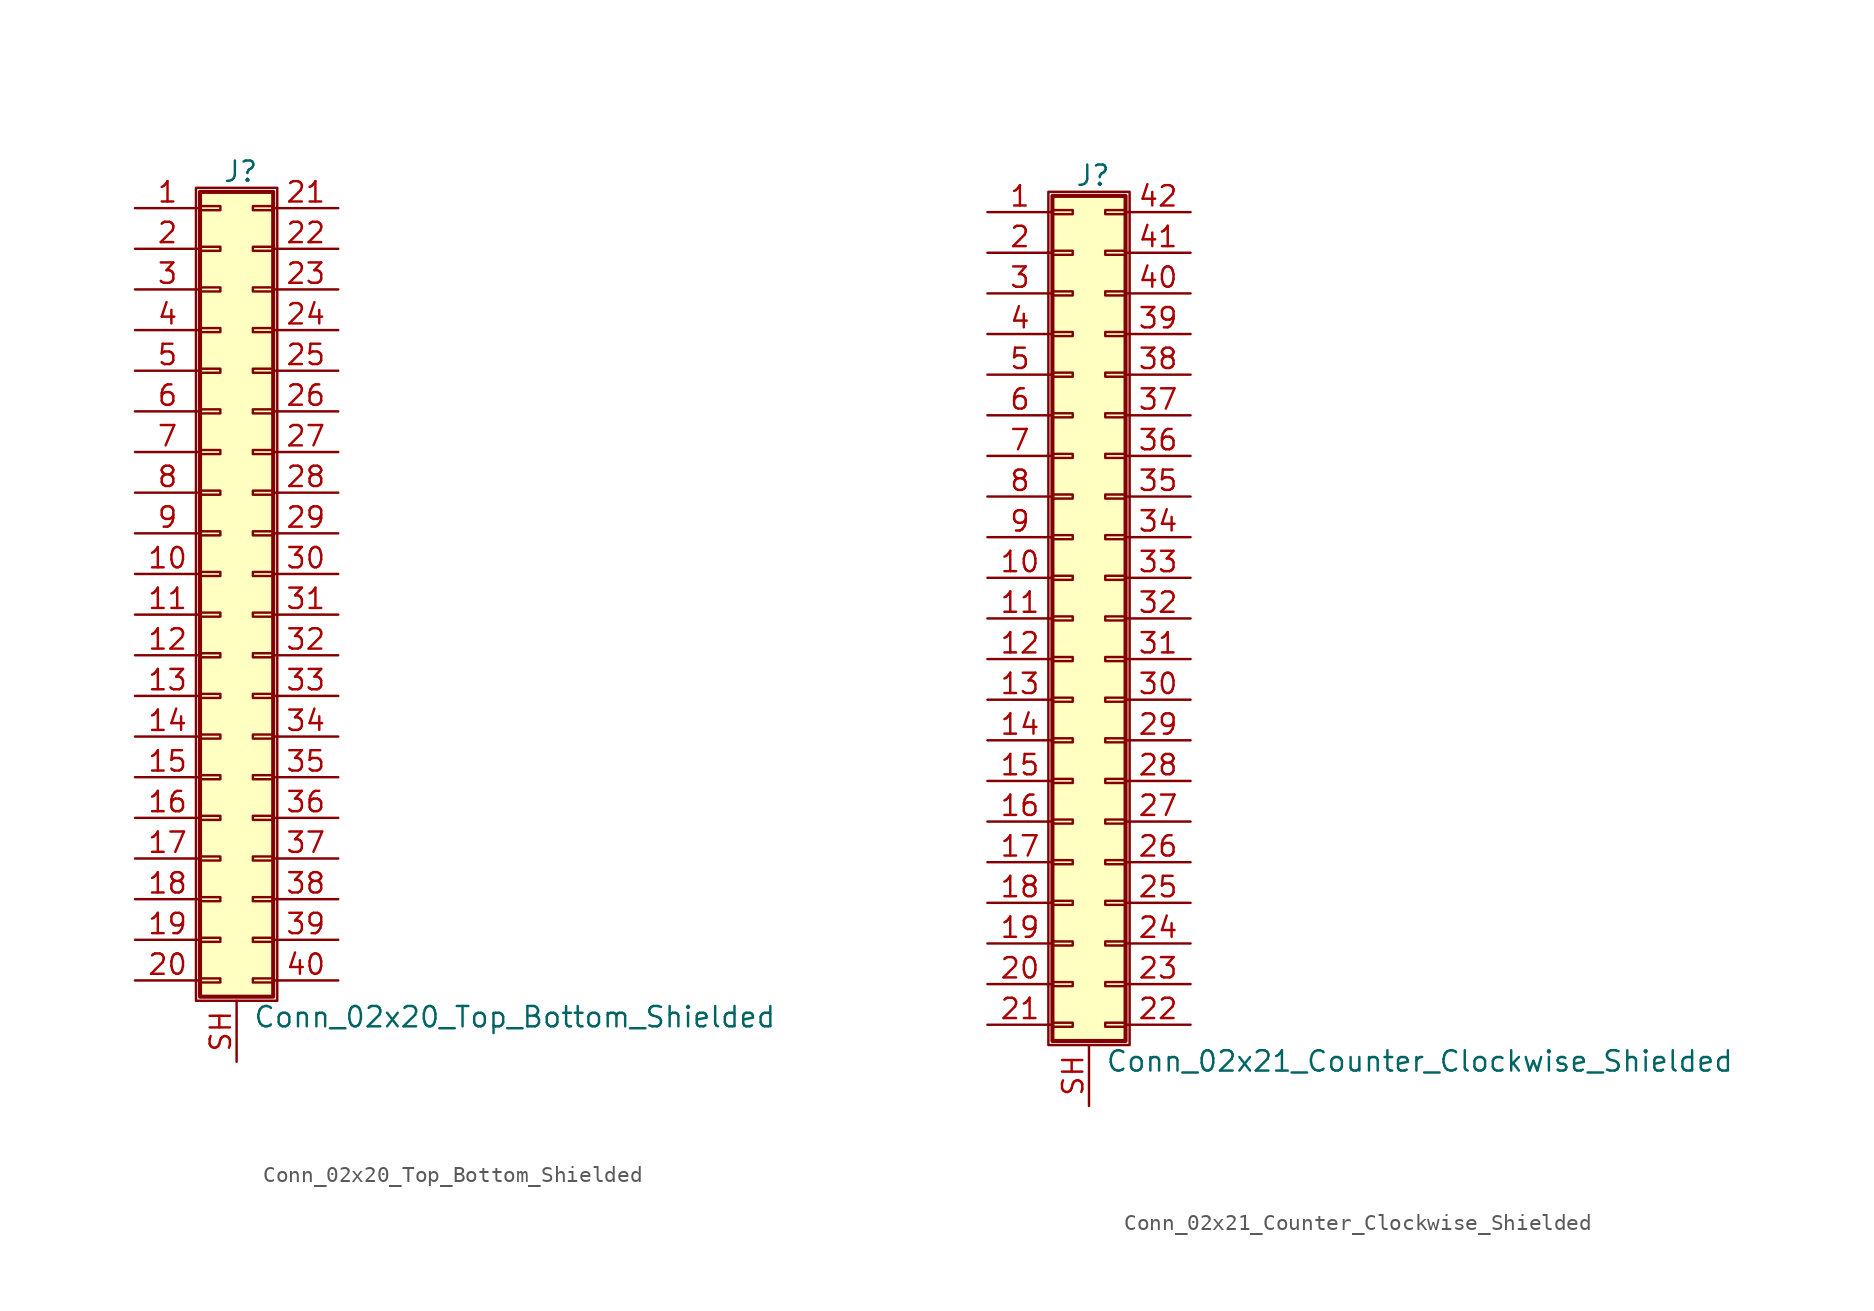
<source format=kicad_sym>
(kicad_symbol_lib
  (version 20201005)
  (generator kicad_symbol_editor)
  (symbol "Connector_Generic_Shielded:Conn_02x20_Top_Bottom_Shielded"
    (pin_names
      (offset 1.016) hide)
    (property "Reference" "J"
      (at 1.524 25.146 0)
      (effects (font (size 1.27 1.27))))
    (property "Value" "Conn_02x20_Top_Bottom_Shielded"
      (at 2.286 -27.686 0)
      (effects (font (size 1.27 1.27)) (justify left)))
    (symbol "Conn_02x20_Top_Bottom_Shielded_1_1"
      (rectangle (start -1.016 -4.953) (end 0.254 -5.207) (stroke (width 0.152)) (fill (type none)))
      (rectangle (start -1.016 -7.493) (end 0.254 -7.747) (stroke (width 0.152)) (fill (type none)))
      (rectangle (start -1.016 -10.033) (end 0.254 -10.287) (stroke (width 0.152)) (fill (type none)))
      (rectangle (start -1.016 -12.573) (end 0.254 -12.827) (stroke (width 0.152)) (fill (type none)))
      (rectangle (start -1.016 -15.113) (end 0.254 -15.367) (stroke (width 0.152)) (fill (type none)))
      (rectangle (start -1.016 -17.653) (end 0.254 -17.907) (stroke (width 0.152)) (fill (type none)))
      (rectangle (start -1.016 -20.193) (end 0.254 -20.447) (stroke (width 0.152)) (fill (type none)))
      (rectangle (start -1.016 -22.733) (end 0.254 -22.987) (stroke (width 0.152)) (fill (type none)))
      (rectangle (start -1.016 -2.413) (end 0.254 -2.667) (stroke (width 0.152)) (fill (type none)))
      (rectangle (start -1.016 -25.273) (end 0.254 -25.527) (stroke (width 0.152)) (fill (type none)))
      (rectangle (start -1.016 2.667) (end 0.254 2.413) (stroke (width 0.152)) (fill (type none)))
      (rectangle (start -1.016 5.207) (end 0.254 4.953) (stroke (width 0.152)) (fill (type none)))
      (rectangle (start -1.016 7.747) (end 0.254 7.493) (stroke (width 0.152)) (fill (type none)))
      (rectangle (start -1.016 10.287) (end 0.254 10.033) (stroke (width 0.152)) (fill (type none)))
      (rectangle (start -1.016 0.127) (end 0.254 -0.127) (stroke (width 0.152)) (fill (type none)))
      (rectangle (start -1.016 12.827) (end 0.254 12.573) (stroke (width 0.152)) (fill (type none)))
      (rectangle (start -1.016 15.367) (end 0.254 15.113) (stroke (width 0.152)) (fill (type none)))
      (rectangle (start -1.016 17.907) (end 0.254 17.653) (stroke (width 0.152)) (fill (type none)))
      (rectangle (start -1.016 20.447) (end 0.254 20.193) (stroke (width 0.152)) (fill (type none)))
      (rectangle (start -1.016 22.987) (end 0.254 22.733) (stroke (width 0.152)) (fill (type none)))
      (rectangle (start -1.016 23.876) (end 3.556 -26.416) (stroke (width 0.254)) (fill (type background)))
      (rectangle (start -1.27 24.13) (end 3.81 -26.67) (stroke (width 0.152)) (fill (type none)))
      (rectangle (start 3.556 -4.953) (end 2.286 -5.207) (stroke (width 0.152)) (fill (type none)))
      (rectangle (start 3.556 -7.493) (end 2.286 -7.747) (stroke (width 0.152)) (fill (type none)))
      (rectangle (start 3.556 -10.033) (end 2.286 -10.287) (stroke (width 0.152)) (fill (type none)))
      (rectangle (start 3.556 -12.573) (end 2.286 -12.827) (stroke (width 0.152)) (fill (type none)))
      (rectangle (start 3.556 -15.113) (end 2.286 -15.367) (stroke (width 0.152)) (fill (type none)))
      (rectangle (start 3.556 -17.653) (end 2.286 -17.907) (stroke (width 0.152)) (fill (type none)))
      (rectangle (start 3.556 -20.193) (end 2.286 -20.447) (stroke (width 0.152)) (fill (type none)))
      (rectangle (start 3.556 -22.733) (end 2.286 -22.987) (stroke (width 0.152)) (fill (type none)))
      (rectangle (start 3.556 -2.413) (end 2.286 -2.667) (stroke (width 0.152)) (fill (type none)))
      (rectangle (start 3.556 -25.273) (end 2.286 -25.527) (stroke (width 0.152)) (fill (type none)))
      (rectangle (start 3.556 2.667) (end 2.286 2.413) (stroke (width 0.152)) (fill (type none)))
      (rectangle (start 3.556 5.207) (end 2.286 4.953) (stroke (width 0.152)) (fill (type none)))
      (rectangle (start 3.556 7.747) (end 2.286 7.493) (stroke (width 0.152)) (fill (type none)))
      (rectangle (start 3.556 10.287) (end 2.286 10.033) (stroke (width 0.152)) (fill (type none)))
      (rectangle (start 3.556 0.127) (end 2.286 -0.127) (stroke (width 0.152)) (fill (type none)))
      (rectangle (start 3.556 12.827) (end 2.286 12.573) (stroke (width 0.152)) (fill (type none)))
      (rectangle (start 3.556 15.367) (end 2.286 15.113) (stroke (width 0.152)) (fill (type none)))
      (rectangle (start 3.556 17.907) (end 2.286 17.653) (stroke (width 0.152)) (fill (type none)))
      (rectangle (start 3.556 20.447) (end 2.286 20.193) (stroke (width 0.152)) (fill (type none)))
      (rectangle (start 3.556 22.987) (end 2.286 22.733) (stroke (width 0.152)) (fill (type none)))
      (pin passive line (at -5.08 22.86 0) (length 4.064) (name "Pin_1" (effects (font (size 1.27 1.27)))) (number "1" (effects (font (size 1.27 1.27)))))
      (pin passive line (at -5.08 0 0) (length 4.064) (name "Pin_10" (effects (font (size 1.27 1.27)))) (number "10" (effects (font (size 1.27 1.27)))))
      (pin passive line (at -5.08 -2.54 0) (length 4.064) (name "Pin_11" (effects (font (size 1.27 1.27)))) (number "11" (effects (font (size 1.27 1.27)))))
      (pin passive line (at -5.08 -5.08 0) (length 4.064) (name "Pin_12" (effects (font (size 1.27 1.27)))) (number "12" (effects (font (size 1.27 1.27)))))
      (pin passive line (at -5.08 -7.62 0) (length 4.064) (name "Pin_13" (effects (font (size 1.27 1.27)))) (number "13" (effects (font (size 1.27 1.27)))))
      (pin passive line (at -5.08 -10.16 0) (length 4.064) (name "Pin_14" (effects (font (size 1.27 1.27)))) (number "14" (effects (font (size 1.27 1.27)))))
      (pin passive line (at -5.08 -12.7 0) (length 4.064) (name "Pin_15" (effects (font (size 1.27 1.27)))) (number "15" (effects (font (size 1.27 1.27)))))
      (pin passive line (at -5.08 -15.24 0) (length 4.064) (name "Pin_16" (effects (font (size 1.27 1.27)))) (number "16" (effects (font (size 1.27 1.27)))))
      (pin passive line (at -5.08 -17.78 0) (length 4.064) (name "Pin_17" (effects (font (size 1.27 1.27)))) (number "17" (effects (font (size 1.27 1.27)))))
      (pin passive line (at -5.08 -20.32 0) (length 4.064) (name "Pin_18" (effects (font (size 1.27 1.27)))) (number "18" (effects (font (size 1.27 1.27)))))
      (pin passive line (at -5.08 -22.86 0) (length 4.064) (name "Pin_19" (effects (font (size 1.27 1.27)))) (number "19" (effects (font (size 1.27 1.27)))))
      (pin passive line (at -5.08 20.32 0) (length 4.064) (name "Pin_2" (effects (font (size 1.27 1.27)))) (number "2" (effects (font (size 1.27 1.27)))))
      (pin passive line (at -5.08 -25.4 0) (length 4.064) (name "Pin_20" (effects (font (size 1.27 1.27)))) (number "20" (effects (font (size 1.27 1.27)))))
      (pin passive line (at 7.62 22.86 180) (length 4.064) (name "Pin_21" (effects (font (size 1.27 1.27)))) (number "21" (effects (font (size 1.27 1.27)))))
      (pin passive line (at 7.62 20.32 180) (length 4.064) (name "Pin_22" (effects (font (size 1.27 1.27)))) (number "22" (effects (font (size 1.27 1.27)))))
      (pin passive line (at 7.62 17.78 180) (length 4.064) (name "Pin_23" (effects (font (size 1.27 1.27)))) (number "23" (effects (font (size 1.27 1.27)))))
      (pin passive line (at 7.62 15.24 180) (length 4.064) (name "Pin_24" (effects (font (size 1.27 1.27)))) (number "24" (effects (font (size 1.27 1.27)))))
      (pin passive line (at 7.62 12.7 180) (length 4.064) (name "Pin_25" (effects (font (size 1.27 1.27)))) (number "25" (effects (font (size 1.27 1.27)))))
      (pin passive line (at 7.62 10.16 180) (length 4.064) (name "Pin_26" (effects (font (size 1.27 1.27)))) (number "26" (effects (font (size 1.27 1.27)))))
      (pin passive line (at 7.62 7.62 180) (length 4.064) (name "Pin_27" (effects (font (size 1.27 1.27)))) (number "27" (effects (font (size 1.27 1.27)))))
      (pin passive line (at 7.62 5.08 180) (length 4.064) (name "Pin_28" (effects (font (size 1.27 1.27)))) (number "28" (effects (font (size 1.27 1.27)))))
      (pin passive line (at 7.62 2.54 180) (length 4.064) (name "Pin_29" (effects (font (size 1.27 1.27)))) (number "29" (effects (font (size 1.27 1.27)))))
      (pin passive line (at -5.08 17.78 0) (length 4.064) (name "Pin_3" (effects (font (size 1.27 1.27)))) (number "3" (effects (font (size 1.27 1.27)))))
      (pin passive line (at 7.62 0 180) (length 4.064) (name "Pin_30" (effects (font (size 1.27 1.27)))) (number "30" (effects (font (size 1.27 1.27)))))
      (pin passive line (at 7.62 -2.54 180) (length 4.064) (name "Pin_31" (effects (font (size 1.27 1.27)))) (number "31" (effects (font (size 1.27 1.27)))))
      (pin passive line (at 7.62 -5.08 180) (length 4.064) (name "Pin_32" (effects (font (size 1.27 1.27)))) (number "32" (effects (font (size 1.27 1.27)))))
      (pin passive line (at 7.62 -7.62 180) (length 4.064) (name "Pin_33" (effects (font (size 1.27 1.27)))) (number "33" (effects (font (size 1.27 1.27)))))
      (pin passive line (at 7.62 -10.16 180) (length 4.064) (name "Pin_34" (effects (font (size 1.27 1.27)))) (number "34" (effects (font (size 1.27 1.27)))))
      (pin passive line (at 7.62 -12.7 180) (length 4.064) (name "Pin_35" (effects (font (size 1.27 1.27)))) (number "35" (effects (font (size 1.27 1.27)))))
      (pin passive line (at 7.62 -15.24 180) (length 4.064) (name "Pin_36" (effects (font (size 1.27 1.27)))) (number "36" (effects (font (size 1.27 1.27)))))
      (pin passive line (at 7.62 -17.78 180) (length 4.064) (name "Pin_37" (effects (font (size 1.27 1.27)))) (number "37" (effects (font (size 1.27 1.27)))))
      (pin passive line (at 7.62 -20.32 180) (length 4.064) (name "Pin_38" (effects (font (size 1.27 1.27)))) (number "38" (effects (font (size 1.27 1.27)))))
      (pin passive line (at 7.62 -22.86 180) (length 4.064) (name "Pin_39" (effects (font (size 1.27 1.27)))) (number "39" (effects (font (size 1.27 1.27)))))
      (pin passive line (at -5.08 15.24 0) (length 4.064) (name "Pin_4" (effects (font (size 1.27 1.27)))) (number "4" (effects (font (size 1.27 1.27)))))
      (pin passive line (at 7.62 -25.4 180) (length 4.064) (name "Pin_40" (effects (font (size 1.27 1.27)))) (number "40" (effects (font (size 1.27 1.27)))))
      (pin passive line (at -5.08 12.7 0) (length 4.064) (name "Pin_5" (effects (font (size 1.27 1.27)))) (number "5" (effects (font (size 1.27 1.27)))))
      (pin passive line (at -5.08 10.16 0) (length 4.064) (name "Pin_6" (effects (font (size 1.27 1.27)))) (number "6" (effects (font (size 1.27 1.27)))))
      (pin passive line (at -5.08 7.62 0) (length 4.064) (name "Pin_7" (effects (font (size 1.27 1.27)))) (number "7" (effects (font (size 1.27 1.27)))))
      (pin passive line (at -5.08 5.08 0) (length 4.064) (name "Pin_8" (effects (font (size 1.27 1.27)))) (number "8" (effects (font (size 1.27 1.27)))))
      (pin passive line (at -5.08 2.54 0) (length 4.064) (name "Pin_9" (effects (font (size 1.27 1.27)))) (number "9" (effects (font (size 1.27 1.27)))))
      (pin passive line (at 1.27 -30.48 90) (length 3.81) (name "Shield" (effects (font (size 1.27 1.27)))) (number "SH" (effects (font (size 1.27 1.27)))))))
  (symbol "Connector_Generic_Shielded:Conn_02x21_Counter_Clockwise_Shielded"
    (pin_names
      (offset 1.016) hide)
    (property "Reference" "J"
      (at 1.524 27.686 0)
      (effects (font (size 1.27 1.27))))
    (property "Value" "Conn_02x21_Counter_Clockwise_Shielded"
      (at 2.286 -27.686 0)
      (effects (font (size 1.27 1.27)) (justify left)))
    (symbol "Conn_02x21_Counter_Clockwise_Shielded_1_1"
      (rectangle (start -1.016 -4.953) (end 0.254 -5.207) (stroke (width 0.152)) (fill (type none)))
      (rectangle (start -1.016 -7.493) (end 0.254 -7.747) (stroke (width 0.152)) (fill (type none)))
      (rectangle (start -1.016 -10.033) (end 0.254 -10.287) (stroke (width 0.152)) (fill (type none)))
      (rectangle (start -1.016 -12.573) (end 0.254 -12.827) (stroke (width 0.152)) (fill (type none)))
      (rectangle (start -1.016 -15.113) (end 0.254 -15.367) (stroke (width 0.152)) (fill (type none)))
      (rectangle (start -1.016 -17.653) (end 0.254 -17.907) (stroke (width 0.152)) (fill (type none)))
      (rectangle (start -1.016 -20.193) (end 0.254 -20.447) (stroke (width 0.152)) (fill (type none)))
      (rectangle (start -1.016 -22.733) (end 0.254 -22.987) (stroke (width 0.152)) (fill (type none)))
      (rectangle (start -1.016 -2.413) (end 0.254 -2.667) (stroke (width 0.152)) (fill (type none)))
      (rectangle (start -1.016 -25.273) (end 0.254 -25.527) (stroke (width 0.152)) (fill (type none)))
      (rectangle (start -1.016 25.527) (end 0.254 25.273) (stroke (width 0.152)) (fill (type none)))
      (rectangle (start -1.016 26.416) (end 3.556 -26.416) (stroke (width 0.254)) (fill (type background)))
      (rectangle (start -1.016 2.667) (end 0.254 2.413) (stroke (width 0.152)) (fill (type none)))
      (rectangle (start -1.016 5.207) (end 0.254 4.953) (stroke (width 0.152)) (fill (type none)))
      (rectangle (start -1.016 7.747) (end 0.254 7.493) (stroke (width 0.152)) (fill (type none)))
      (rectangle (start -1.016 10.287) (end 0.254 10.033) (stroke (width 0.152)) (fill (type none)))
      (rectangle (start -1.016 0.127) (end 0.254 -0.127) (stroke (width 0.152)) (fill (type none)))
      (rectangle (start -1.016 12.827) (end 0.254 12.573) (stroke (width 0.152)) (fill (type none)))
      (rectangle (start -1.016 15.367) (end 0.254 15.113) (stroke (width 0.152)) (fill (type none)))
      (rectangle (start -1.016 17.907) (end 0.254 17.653) (stroke (width 0.152)) (fill (type none)))
      (rectangle (start -1.016 20.447) (end 0.254 20.193) (stroke (width 0.152)) (fill (type none)))
      (rectangle (start -1.016 22.987) (end 0.254 22.733) (stroke (width 0.152)) (fill (type none)))
      (rectangle (start -1.27 26.67) (end 3.81 -26.67) (stroke (width 0.152)) (fill (type none)))
      (rectangle (start 3.556 -4.953) (end 2.286 -5.207) (stroke (width 0.152)) (fill (type none)))
      (rectangle (start 3.556 -7.493) (end 2.286 -7.747) (stroke (width 0.152)) (fill (type none)))
      (rectangle (start 3.556 -10.033) (end 2.286 -10.287) (stroke (width 0.152)) (fill (type none)))
      (rectangle (start 3.556 -12.573) (end 2.286 -12.827) (stroke (width 0.152)) (fill (type none)))
      (rectangle (start 3.556 -15.113) (end 2.286 -15.367) (stroke (width 0.152)) (fill (type none)))
      (rectangle (start 3.556 -17.653) (end 2.286 -17.907) (stroke (width 0.152)) (fill (type none)))
      (rectangle (start 3.556 -20.193) (end 2.286 -20.447) (stroke (width 0.152)) (fill (type none)))
      (rectangle (start 3.556 -22.733) (end 2.286 -22.987) (stroke (width 0.152)) (fill (type none)))
      (rectangle (start 3.556 -2.413) (end 2.286 -2.667) (stroke (width 0.152)) (fill (type none)))
      (rectangle (start 3.556 -25.273) (end 2.286 -25.527) (stroke (width 0.152)) (fill (type none)))
      (rectangle (start 3.556 25.527) (end 2.286 25.273) (stroke (width 0.152)) (fill (type none)))
      (rectangle (start 3.556 2.667) (end 2.286 2.413) (stroke (width 0.152)) (fill (type none)))
      (rectangle (start 3.556 5.207) (end 2.286 4.953) (stroke (width 0.152)) (fill (type none)))
      (rectangle (start 3.556 7.747) (end 2.286 7.493) (stroke (width 0.152)) (fill (type none)))
      (rectangle (start 3.556 10.287) (end 2.286 10.033) (stroke (width 0.152)) (fill (type none)))
      (rectangle (start 3.556 0.127) (end 2.286 -0.127) (stroke (width 0.152)) (fill (type none)))
      (rectangle (start 3.556 12.827) (end 2.286 12.573) (stroke (width 0.152)) (fill (type none)))
      (rectangle (start 3.556 15.367) (end 2.286 15.113) (stroke (width 0.152)) (fill (type none)))
      (rectangle (start 3.556 17.907) (end 2.286 17.653) (stroke (width 0.152)) (fill (type none)))
      (rectangle (start 3.556 20.447) (end 2.286 20.193) (stroke (width 0.152)) (fill (type none)))
      (rectangle (start 3.556 22.987) (end 2.286 22.733) (stroke (width 0.152)) (fill (type none)))
      (pin passive line (at -5.08 25.4 0) (length 4.064) (name "Pin_1" (effects (font (size 1.27 1.27)))) (number "1" (effects (font (size 1.27 1.27)))))
      (pin passive line (at -5.08 2.54 0) (length 4.064) (name "Pin_10" (effects (font (size 1.27 1.27)))) (number "10" (effects (font (size 1.27 1.27)))))
      (pin passive line (at -5.08 0 0) (length 4.064) (name "Pin_11" (effects (font (size 1.27 1.27)))) (number "11" (effects (font (size 1.27 1.27)))))
      (pin passive line (at -5.08 -2.54 0) (length 4.064) (name "Pin_12" (effects (font (size 1.27 1.27)))) (number "12" (effects (font (size 1.27 1.27)))))
      (pin passive line (at -5.08 -5.08 0) (length 4.064) (name "Pin_13" (effects (font (size 1.27 1.27)))) (number "13" (effects (font (size 1.27 1.27)))))
      (pin passive line (at -5.08 -7.62 0) (length 4.064) (name "Pin_14" (effects (font (size 1.27 1.27)))) (number "14" (effects (font (size 1.27 1.27)))))
      (pin passive line (at -5.08 -10.16 0) (length 4.064) (name "Pin_15" (effects (font (size 1.27 1.27)))) (number "15" (effects (font (size 1.27 1.27)))))
      (pin passive line (at -5.08 -12.7 0) (length 4.064) (name "Pin_16" (effects (font (size 1.27 1.27)))) (number "16" (effects (font (size 1.27 1.27)))))
      (pin passive line (at -5.08 -15.24 0) (length 4.064) (name "Pin_17" (effects (font (size 1.27 1.27)))) (number "17" (effects (font (size 1.27 1.27)))))
      (pin passive line (at -5.08 -17.78 0) (length 4.064) (name "Pin_18" (effects (font (size 1.27 1.27)))) (number "18" (effects (font (size 1.27 1.27)))))
      (pin passive line (at -5.08 -20.32 0) (length 4.064) (name "Pin_19" (effects (font (size 1.27 1.27)))) (number "19" (effects (font (size 1.27 1.27)))))
      (pin passive line (at -5.08 22.86 0) (length 4.064) (name "Pin_2" (effects (font (size 1.27 1.27)))) (number "2" (effects (font (size 1.27 1.27)))))
      (pin passive line (at -5.08 -22.86 0) (length 4.064) (name "Pin_20" (effects (font (size 1.27 1.27)))) (number "20" (effects (font (size 1.27 1.27)))))
      (pin passive line (at -5.08 -25.4 0) (length 4.064) (name "Pin_21" (effects (font (size 1.27 1.27)))) (number "21" (effects (font (size 1.27 1.27)))))
      (pin passive line (at 7.62 -25.4 180) (length 4.064) (name "Pin_22" (effects (font (size 1.27 1.27)))) (number "22" (effects (font (size 1.27 1.27)))))
      (pin passive line (at 7.62 -22.86 180) (length 4.064) (name "Pin_23" (effects (font (size 1.27 1.27)))) (number "23" (effects (font (size 1.27 1.27)))))
      (pin passive line (at 7.62 -20.32 180) (length 4.064) (name "Pin_24" (effects (font (size 1.27 1.27)))) (number "24" (effects (font (size 1.27 1.27)))))
      (pin passive line (at 7.62 -17.78 180) (length 4.064) (name "Pin_25" (effects (font (size 1.27 1.27)))) (number "25" (effects (font (size 1.27 1.27)))))
      (pin passive line (at 7.62 -15.24 180) (length 4.064) (name "Pin_26" (effects (font (size 1.27 1.27)))) (number "26" (effects (font (size 1.27 1.27)))))
      (pin passive line (at 7.62 -12.7 180) (length 4.064) (name "Pin_27" (effects (font (size 1.27 1.27)))) (number "27" (effects (font (size 1.27 1.27)))))
      (pin passive line (at 7.62 -10.16 180) (length 4.064) (name "Pin_28" (effects (font (size 1.27 1.27)))) (number "28" (effects (font (size 1.27 1.27)))))
      (pin passive line (at 7.62 -7.62 180) (length 4.064) (name "Pin_29" (effects (font (size 1.27 1.27)))) (number "29" (effects (font (size 1.27 1.27)))))
      (pin passive line (at -5.08 20.32 0) (length 4.064) (name "Pin_3" (effects (font (size 1.27 1.27)))) (number "3" (effects (font (size 1.27 1.27)))))
      (pin passive line (at 7.62 -5.08 180) (length 4.064) (name "Pin_30" (effects (font (size 1.27 1.27)))) (number "30" (effects (font (size 1.27 1.27)))))
      (pin passive line (at 7.62 -2.54 180) (length 4.064) (name "Pin_31" (effects (font (size 1.27 1.27)))) (number "31" (effects (font (size 1.27 1.27)))))
      (pin passive line (at 7.62 0 180) (length 4.064) (name "Pin_32" (effects (font (size 1.27 1.27)))) (number "32" (effects (font (size 1.27 1.27)))))
      (pin passive line (at 7.62 2.54 180) (length 4.064) (name "Pin_33" (effects (font (size 1.27 1.27)))) (number "33" (effects (font (size 1.27 1.27)))))
      (pin passive line (at 7.62 5.08 180) (length 4.064) (name "Pin_34" (effects (font (size 1.27 1.27)))) (number "34" (effects (font (size 1.27 1.27)))))
      (pin passive line (at 7.62 7.62 180) (length 4.064) (name "Pin_35" (effects (font (size 1.27 1.27)))) (number "35" (effects (font (size 1.27 1.27)))))
      (pin passive line (at 7.62 10.16 180) (length 4.064) (name "Pin_36" (effects (font (size 1.27 1.27)))) (number "36" (effects (font (size 1.27 1.27)))))
      (pin passive line (at 7.62 12.7 180) (length 4.064) (name "Pin_37" (effects (font (size 1.27 1.27)))) (number "37" (effects (font (size 1.27 1.27)))))
      (pin passive line (at 7.62 15.24 180) (length 4.064) (name "Pin_38" (effects (font (size 1.27 1.27)))) (number "38" (effects (font (size 1.27 1.27)))))
      (pin passive line (at 7.62 17.78 180) (length 4.064) (name "Pin_39" (effects (font (size 1.27 1.27)))) (number "39" (effects (font (size 1.27 1.27)))))
      (pin passive line (at -5.08 17.78 0) (length 4.064) (name "Pin_4" (effects (font (size 1.27 1.27)))) (number "4" (effects (font (size 1.27 1.27)))))
      (pin passive line (at 7.62 20.32 180) (length 4.064) (name "Pin_40" (effects (font (size 1.27 1.27)))) (number "40" (effects (font (size 1.27 1.27)))))
      (pin passive line (at 7.62 22.86 180) (length 4.064) (name "Pin_41" (effects (font (size 1.27 1.27)))) (number "41" (effects (font (size 1.27 1.27)))))
      (pin passive line (at 7.62 25.4 180) (length 4.064) (name "Pin_42" (effects (font (size 1.27 1.27)))) (number "42" (effects (font (size 1.27 1.27)))))
      (pin passive line (at -5.08 15.24 0) (length 4.064) (name "Pin_5" (effects (font (size 1.27 1.27)))) (number "5" (effects (font (size 1.27 1.27)))))
      (pin passive line (at -5.08 12.7 0) (length 4.064) (name "Pin_6" (effects (font (size 1.27 1.27)))) (number "6" (effects (font (size 1.27 1.27)))))
      (pin passive line (at -5.08 10.16 0) (length 4.064) (name "Pin_7" (effects (font (size 1.27 1.27)))) (number "7" (effects (font (size 1.27 1.27)))))
      (pin passive line (at -5.08 7.62 0) (length 4.064) (name "Pin_8" (effects (font (size 1.27 1.27)))) (number "8" (effects (font (size 1.27 1.27)))))
      (pin passive line (at -5.08 5.08 0) (length 4.064) (name "Pin_9" (effects (font (size 1.27 1.27)))) (number "9" (effects (font (size 1.27 1.27)))))
      (pin passive line (at 1.27 -30.48 90) (length 3.81) (name "Shield" (effects (font (size 1.27 1.27)))) (number "SH" (effects (font (size 1.27 1.27))))))))
</source>
